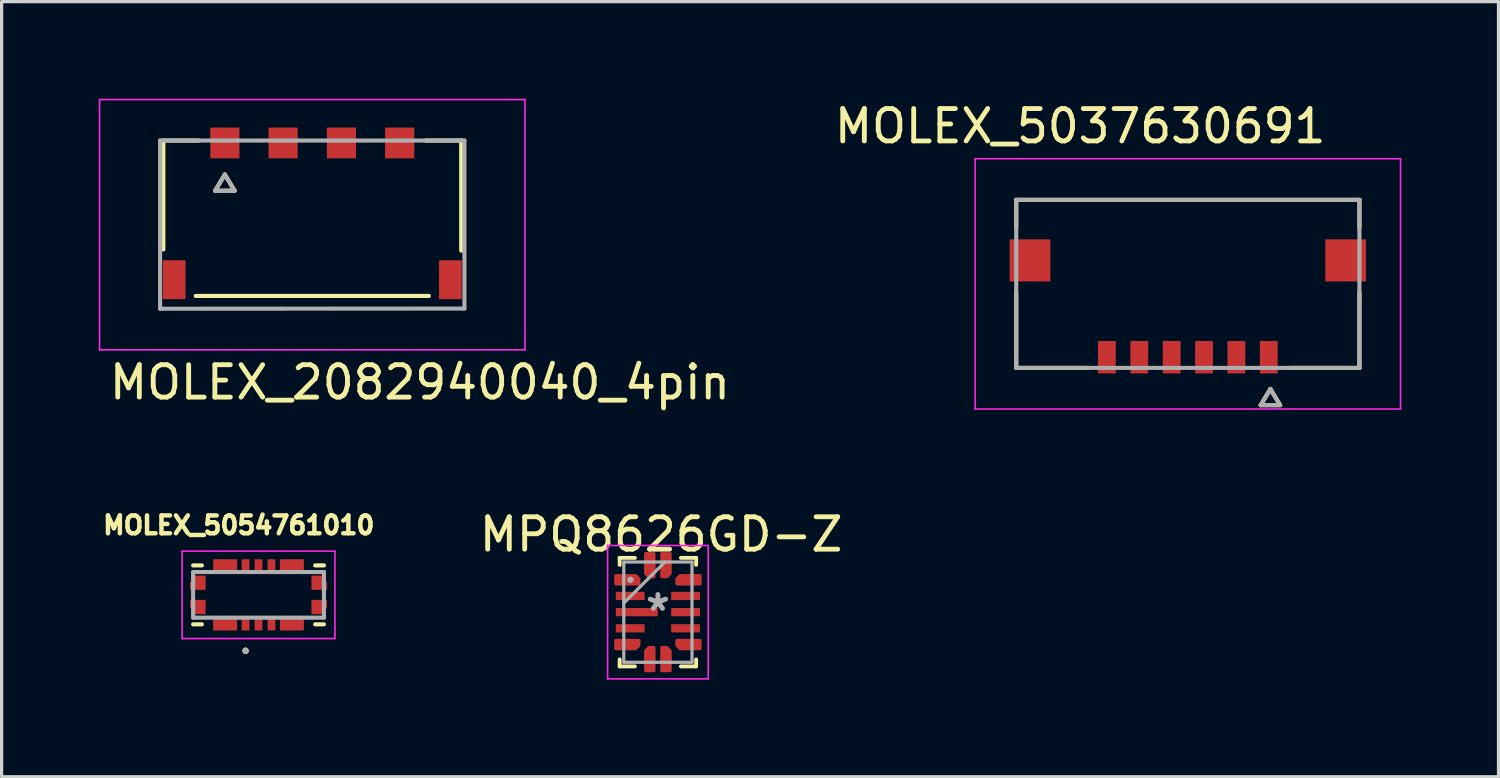
<source format=kicad_pcb>
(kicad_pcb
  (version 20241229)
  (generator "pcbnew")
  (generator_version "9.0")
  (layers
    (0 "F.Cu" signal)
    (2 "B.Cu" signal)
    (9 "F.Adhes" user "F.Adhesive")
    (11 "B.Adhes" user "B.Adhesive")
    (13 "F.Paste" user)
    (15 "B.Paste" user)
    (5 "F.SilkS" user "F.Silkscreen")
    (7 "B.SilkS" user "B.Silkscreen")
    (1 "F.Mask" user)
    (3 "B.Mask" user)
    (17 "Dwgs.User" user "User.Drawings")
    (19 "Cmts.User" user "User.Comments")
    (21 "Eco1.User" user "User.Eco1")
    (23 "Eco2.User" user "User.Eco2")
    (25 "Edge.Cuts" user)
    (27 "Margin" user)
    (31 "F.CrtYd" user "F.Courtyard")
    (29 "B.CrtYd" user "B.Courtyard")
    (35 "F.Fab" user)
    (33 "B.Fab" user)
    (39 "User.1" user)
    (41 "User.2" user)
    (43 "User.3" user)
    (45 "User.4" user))
  (footprint "MOLEX_5054761010"
    (layer "F.Cu")
    (at 4.935 15.323)
    (property "Reference" "MOLEX_5054761010" (at -0.61 -2.15 0) (layer "F.SilkS") (effects (font (size 0.551 0.551) (thickness 0.15))))
    (attr smd)
    (fp_poly (pts (xy -1.45 -1.15) (xy -0.61 -1.15) (xy -0.61 -0.69) (xy -1.45 -0.69)) (stroke (width 0.01) (type solid)) (fill yes) (layer "F.Mask"))
    (fp_poly (pts (xy -1.45 0.69) (xy -0.61 0.69) (xy -0.61 1.15) (xy -1.45 1.15)) (stroke (width 0.01) (type solid)) (fill yes) (layer "F.Mask"))
    (fp_poly (pts (xy -0.57 -1.15) (xy -0.23 -1.15) (xy -0.23 -0.69) (xy -0.57 -0.69)) (stroke (width 0.01) (type solid)) (fill yes) (layer "F.Mask"))
    (fp_poly (pts (xy -0.57 0.69) (xy -0.23 0.69) (xy -0.23 1.15) (xy -0.57 1.15)) (stroke (width 0.01) (type solid)) (fill yes) (layer "F.Mask"))
    (fp_poly (pts (xy -0.17 -1.15) (xy 0.17 -1.15) (xy 0.17 -0.69) (xy -0.17 -0.69)) (stroke (width 0.01) (type solid)) (fill yes) (layer "F.Mask"))
    (fp_poly (pts (xy -0.17 0.69) (xy 0.17 0.69) (xy 0.17 1.15) (xy -0.17 1.15)) (stroke (width 0.01) (type solid)) (fill yes) (layer "F.Mask"))
    (fp_poly (pts (xy 0.23 -1.15) (xy 0.57 -1.15) (xy 0.57 -0.69) (xy 0.23 -0.69)) (stroke (width 0.01) (type solid)) (fill yes) (layer "F.Mask"))
    (fp_poly (pts (xy 0.23 0.69) (xy 0.57 0.69) (xy 0.57 1.15) (xy 0.23 1.15)) (stroke (width 0.01) (type solid)) (fill yes) (layer "F.Mask"))
    (fp_poly (pts (xy 0.61 -1.15) (xy 1.45 -1.15) (xy 1.45 -0.69) (xy 0.61 -0.69)) (stroke (width 0.01) (type solid)) (fill yes) (layer "F.Mask"))
    (fp_poly (pts (xy 0.61 0.69) (xy 1.45 0.69) (xy 1.45 1.15) (xy 0.61 1.15)) (stroke (width 0.01) (type solid)) (fill yes) (layer "F.Mask"))
    (fp_poly (pts (xy -1.59 -0.64) (xy -1.59 -0.11) (xy -2.16 -0.11) (xy -2.16 -0.39) (xy -1.94 -0.64)) (stroke (width 0.01) (type solid)) (fill yes) (layer "F.Mask"))
    (fp_poly (pts (xy -1.59 0.64) (xy -1.59 0.11) (xy -2.16 0.11) (xy -2.16 0.39) (xy -1.94 0.64)) (stroke (width 0.01) (type solid)) (fill yes) (layer "F.Mask"))
    (fp_poly (pts (xy 1.59 -0.64) (xy 1.59 -0.11) (xy 2.16 -0.11) (xy 2.16 -0.39) (xy 1.94 -0.64)) (stroke (width 0.01) (type solid)) (fill yes) (layer "F.Mask"))
    (fp_poly (pts (xy 1.59 0.64) (xy 1.59 0.11) (xy 2.16 0.11) (xy 2.16 0.39) (xy 1.94 0.64)) (stroke (width 0.01) (type solid)) (fill yes) (layer "F.Mask"))
    (fp_line (start -2.02 -0.91) (end -1.75 -0.91) (stroke (width 0.127) (type solid)) (layer "F.SilkS"))
    (fp_line (start -2.02 0.91) (end -1.75 0.91) (stroke (width 0.127) (type solid)) (layer "F.SilkS"))
    (fp_line (start 1.75 -0.91) (end 2.02 -0.91) (stroke (width 0.127) (type solid)) (layer "F.SilkS"))
    (fp_line (start 1.75 0.91) (end 2.02 0.91) (stroke (width 0.127) (type solid)) (layer "F.SilkS"))
    (fp_circle (center -0.4 1.727) (end -0.35 1.727) (stroke (width 0.1) (type solid)) (fill no) (layer "F.SilkS"))
    (fp_poly (pts (xy -1.64 -0.59) (xy -1.64 -0.16) (xy -2.11 -0.16) (xy -2.11 -0.39) (xy -1.94 -0.59)) (stroke (width 0.01) (type solid)) (fill yes) (layer "F.Paste"))
    (fp_poly (pts (xy -1.64 0.59) (xy -1.64 0.16) (xy -2.11 0.16) (xy -2.11 0.39) (xy -1.94 0.59)) (stroke (width 0.01) (type solid)) (fill yes) (layer "F.Paste"))
    (fp_poly (pts (xy 1.64 -0.59) (xy 1.64 -0.16) (xy 2.11 -0.16) (xy 2.11 -0.39) (xy 1.94 -0.59)) (stroke (width 0.01) (type solid)) (fill yes) (layer "F.Paste"))
    (fp_poly (pts (xy 1.64 0.59) (xy 1.64 0.16) (xy 2.11 0.16) (xy 2.11 0.39) (xy 1.94 0.59)) (stroke (width 0.01) (type solid)) (fill yes) (layer "F.Paste"))
    (fp_line (start -2.36 -1.35) (end -2.36 1.35) (stroke (width 0.05) (type solid)) (layer "F.CrtYd"))
    (fp_line (start -2.36 1.35) (end 2.36 1.35) (stroke (width 0.05) (type solid)) (layer "F.CrtYd"))
    (fp_line (start 2.36 -1.35) (end -2.36 -1.35) (stroke (width 0.05) (type solid)) (layer "F.CrtYd"))
    (fp_line (start 2.36 1.35) (end 2.36 -1.35) (stroke (width 0.05) (type solid)) (layer "F.CrtYd"))
    (fp_line (start -2.02 -0.705) (end -2.02 0.705) (stroke (width 0.127) (type solid)) (layer "F.Fab"))
    (fp_line (start -2.02 0.705) (end 2.02 0.705) (stroke (width 0.127) (type solid)) (layer "F.Fab"))
    (fp_line (start 2.02 -0.705) (end -2.02 -0.705) (stroke (width 0.127) (type solid)) (layer "F.Fab"))
    (fp_line (start 2.02 0.705) (end 2.02 -0.705) (stroke (width 0.127) (type solid)) (layer "F.Fab"))
    (fp_circle (center -0.4 1.727) (end -0.35 1.727) (stroke (width 0.1) (type solid)) (fill no) (layer "F.Fab"))
    (pad "1" smd rect (at -0.4 0.92) (size 0.24 0.36) (layers "F.Cu" "F.Paste"))
    (pad "2" smd rect (at -0.4 -0.92) (size 0.24 0.36) (layers "F.Cu" "F.Paste"))
    (pad "3" smd rect (at 0 0.92) (size 0.24 0.36) (layers "F.Cu" "F.Paste"))
    (pad "4" smd rect (at 0 -0.92) (size 0.24 0.36) (layers "F.Cu" "F.Paste"))
    (pad "5" smd rect (at 0.4 0.92) (size 0.24 0.36) (layers "F.Cu" "F.Paste"))
    (pad "6" smd rect (at 0.4 -0.92) (size 0.24 0.36) (layers "F.Cu" "F.Paste"))
    (pad "P1" smd rect (at -1.03 0.92) (size 0.74 0.36) (layers "F.Cu" "F.Paste"))
    (pad "P2" smd rect (at -1.03 -0.92) (size 0.74 0.36) (layers "F.Cu" "F.Paste"))
    (pad "P3" smd rect (at 1.03 0.92) (size 0.74 0.36) (layers "F.Cu" "F.Paste"))
    (pad "P4" smd rect (at 1.03 -0.92) (size 0.74 0.36) (layers "F.Cu" "F.Paste"))
    (pad "S1" smd custom (at -1.875 0.375) (size 0.2 0.2) (layers "F.Cu") (options (anchor rect)) (primitives (gr_poly (pts (xy 0.235 0.215) (xy 0.235 -0.215) (xy -0.235 -0.215) (xy -0.235 0.015) (xy -0.065 0.215)) (width 0.01) (fill yes))))
    (pad "S2" smd custom (at -1.875 -0.375) (size 0.2 0.2) (layers "F.Cu") (options (anchor rect)) (primitives (gr_poly (pts (xy 0.235 -0.215) (xy 0.235 0.215) (xy -0.235 0.215) (xy -0.235 -0.015) (xy -0.065 -0.215)) (width 0.01) (fill yes))))
    (pad "S3" smd custom (at 1.875 0.375) (size 0.2 0.2) (layers "F.Cu") (options (anchor rect)) (primitives (gr_poly (pts (xy -0.235 0.215) (xy -0.235 -0.215) (xy 0.235 -0.215) (xy 0.235 0.015) (xy 0.065 0.215)) (width 0.01) (fill yes))))
    (pad "S4" smd custom (at 1.875 -0.375) (size 0.2 0.2) (layers "F.Cu") (options (anchor rect)) (primitives (gr_poly (pts (xy -0.235 -0.215) (xy -0.235 0.215) (xy 0.235 0.215) (xy 0.235 -0.015) (xy 0.065 -0.215)) (width 0.01) (fill yes))))
    (zone (net_name "") (layer "F.Cu") (hatch full 0.508) (connect_pads) (min_thickness 0.01) (filled_areas_thickness no) (keepout (tracks not_allowed) (vias not_allowed) (pads not_allowed) (copperpour not_allowed) (footprints allowed)) (placement (enabled no)) (fill) (polygon (pts (xy 3.495 14.583) (xy 6.375 14.583) (xy 6.375 15.023) (xy 3.495 15.023))))
    (zone (net_name "") (layer "F.Cu") (hatch full 0.508) (connect_pads) (min_thickness 0.01) (filled_areas_thickness no) (keepout (tracks not_allowed) (vias not_allowed) (pads not_allowed) (copperpour not_allowed) (footprints allowed)) (placement (enabled no)) (fill) (polygon (pts (xy 3.495 15.623) (xy 6.375 15.623) (xy 6.375 16.063) (xy 3.495 16.063))))
    (zone (net_name "") (layers "F.Cu" "B.Cu") (hatch full 0.508) (connect_pads) (min_thickness 0.01) (filled_areas_thickness no) (keepout (tracks allowed) (vias not_allowed) (pads allowed) (copperpour allowed) (footprints allowed)) (placement (enabled no)) (fill) (polygon (pts (xy 3.495 14.583) (xy 6.375 14.583) (xy 6.375 15.023) (xy 3.495 15.023))))
    (zone (net_name "") (layers "F.Cu" "B.Cu") (hatch full 0.508) (connect_pads) (min_thickness 0.01) (filled_areas_thickness no) (keepout (tracks allowed) (vias not_allowed) (pads allowed) (copperpour allowed) (footprints allowed)) (placement (enabled no)) (fill) (polygon (pts (xy 3.495 15.623) (xy 6.375 15.623) (xy 6.375 16.063) (xy 3.495 16.063)))))
  (footprint "MOLEX_5037630691"
    (layer "F.Cu")
    (at 33.638 5.718)
    (property "Reference" "MOLEX_5037630691" (at -3.325 -4.87 0) (layer "F.SilkS") (effects (font (size 1 1) (thickness 0.15))))
    (attr smd)
    (fp_poly (pts (xy -5.581 -1.451) (xy -4.169 -1.451) (xy -4.169 0.001) (xy -5.581 0.001)) (stroke (width 0.01) (type solid)) (fill yes) (layer "F.Mask"))
    (fp_poly (pts (xy -2.851 1.689) (xy -2.149 1.689) (xy -2.149 2.841) (xy -2.851 2.841)) (stroke (width 0.01) (type solid)) (fill yes) (layer "F.Mask"))
    (fp_poly (pts (xy -1.851 1.689) (xy -1.149 1.689) (xy -1.149 2.841) (xy -1.851 2.841)) (stroke (width 0.01) (type solid)) (fill yes) (layer "F.Mask"))
    (fp_poly (pts (xy -0.851 1.689) (xy -0.149 1.689) (xy -0.149 2.841) (xy -0.851 2.841)) (stroke (width 0.01) (type solid)) (fill yes) (layer "F.Mask"))
    (fp_poly (pts (xy 0.149 1.689) (xy 0.851 1.689) (xy 0.851 2.841) (xy 0.149 2.841)) (stroke (width 0.01) (type solid)) (fill yes) (layer "F.Mask"))
    (fp_poly (pts (xy 1.149 1.689) (xy 1.851 1.689) (xy 1.851 2.841) (xy 1.149 2.841)) (stroke (width 0.01) (type solid)) (fill yes) (layer "F.Mask"))
    (fp_poly (pts (xy 2.149 1.689) (xy 2.851 1.689) (xy 2.851 2.841) (xy 2.149 2.841)) (stroke (width 0.01) (type solid)) (fill yes) (layer "F.Mask"))
    (fp_poly (pts (xy 4.169 -1.451) (xy 5.581 -1.451) (xy 5.581 0.001) (xy 4.169 0.001)) (stroke (width 0.01) (type solid)) (fill yes) (layer "F.Mask"))
    (fp_line (start -5.3 -2.595) (end -5.3 -1.735) (stroke (width 0.127) (type solid)) (layer "F.SilkS"))
    (fp_line (start -5.3 2.595) (end -5.3 0.265) (stroke (width 0.127) (type solid)) (layer "F.SilkS"))
    (fp_line (start -3.15 2.595) (end -5.3 2.595) (stroke (width 0.127) (type solid)) (layer "F.SilkS"))
    (fp_line (start 2.25 3.745) (end 2.55 3.245) (stroke (width 0.127) (type solid)) (layer "F.SilkS"))
    (fp_line (start 2.55 3.245) (end 2.85 3.745) (stroke (width 0.127) (type solid)) (layer "F.SilkS"))
    (fp_line (start 2.85 3.745) (end 2.25 3.745) (stroke (width 0.127) (type solid)) (layer "F.SilkS"))
    (fp_line (start 5.3 -2.595) (end -5.3 -2.595) (stroke (width 0.127) (type solid)) (layer "F.SilkS"))
    (fp_line (start 5.3 -2.595) (end 5.3 -1.735) (stroke (width 0.127) (type solid)) (layer "F.SilkS"))
    (fp_line (start 5.3 0.265) (end 5.3 2.595) (stroke (width 0.127) (type solid)) (layer "F.SilkS"))
    (fp_line (start 5.3 2.595) (end 3.15 2.595) (stroke (width 0.127) (type solid)) (layer "F.SilkS"))
    (fp_line (start -6.57 -3.865) (end 6.57 -3.865) (stroke (width 0.05) (type solid)) (layer "F.CrtYd"))
    (fp_line (start -6.57 3.865) (end -6.57 -3.865) (stroke (width 0.05) (type solid)) (layer "F.CrtYd"))
    (fp_line (start -6.57 3.865) (end 6.57 3.865) (stroke (width 0.05) (type solid)) (layer "F.CrtYd"))
    (fp_line (start 6.57 -3.865) (end 6.57 3.865) (stroke (width 0.05) (type solid)) (layer "F.CrtYd"))
    (fp_line (start -5.3 -2.595) (end 5.3 -2.595) (stroke (width 0.127) (type solid)) (layer "F.Fab"))
    (fp_line (start -5.3 2.595) (end -5.3 -2.595) (stroke (width 0.127) (type solid)) (layer "F.Fab"))
    (fp_line (start 2.25 3.745) (end 2.55 3.245) (stroke (width 0.127) (type solid)) (layer "F.Fab"))
    (fp_line (start 2.55 3.245) (end 2.85 3.745) (stroke (width 0.127) (type solid)) (layer "F.Fab"))
    (fp_line (start 2.85 3.745) (end 2.25 3.745) (stroke (width 0.127) (type solid)) (layer "F.Fab"))
    (fp_line (start 5.3 -2.595) (end 5.3 2.595) (stroke (width 0.127) (type solid)) (layer "F.Fab"))
    (fp_line (start 5.3 2.595) (end -5.3 2.595) (stroke (width 0.127) (type solid)) (layer "F.Fab"))
    (pad "1" smd rect (at 2.5 2.265) (size 0.55 1) (layers "F.Cu" "F.Paste"))
    (pad "2" smd rect (at 1.5 2.265) (size 0.55 1) (layers "F.Cu" "F.Paste"))
    (pad "3" smd rect (at 0.5 2.265) (size 0.55 1) (layers "F.Cu" "F.Paste"))
    (pad "4" smd rect (at -0.5 2.265) (size 0.55 1) (layers "F.Cu" "F.Paste"))
    (pad "5" smd rect (at -1.5 2.265) (size 0.55 1) (layers "F.Cu" "F.Paste"))
    (pad "6" smd rect (at -2.5 2.265) (size 0.55 1) (layers "F.Cu" "F.Paste"))
    (pad "S1" smd rect (at 4.875 -0.725) (size 1.26 1.3) (layers "F.Cu" "F.Paste"))
    (pad "S2" smd rect (at -4.875 -0.725) (size 1.26 1.3) (layers "F.Cu" "F.Paste"))
    (zone (net_name "") (layer "F.Cu") (hatch full 0.508) (connect_pads) (min_thickness 0.01) (filled_areas_thickness no) (keepout (tracks not_allowed) (vias not_allowed) (pads not_allowed) (copperpour not_allowed) (footprints allowed)) (placement (enabled no)) (fill) (polygon (pts (xy 29.033 4.338) (xy 29.033 3.173) (xy 29.903 3.173) (xy 29.903 4.423) (xy 29.398 4.423) (xy 29.398 4.338))))
    (zone (net_name "") (layer "F.Cu") (hatch full 0.508) (connect_pads) (min_thickness 0.01) (filled_areas_thickness no) (keepout (tracks not_allowed) (vias not_allowed) (pads not_allowed) (copperpour not_allowed) (footprints allowed)) (placement (enabled no)) (fill) (polygon (pts (xy 38.243 3.173) (xy 38.243 4.338) (xy 37.878 4.338) (xy 37.878 4.423) (xy 37.373 4.423) (xy 37.373 3.173))))
    (zone (net_name "") (layers "F.Cu" "B.Cu") (hatch full 0.508) (connect_pads) (min_thickness 0.01) (filled_areas_thickness no) (keepout (tracks allowed) (vias not_allowed) (pads allowed) (copperpour allowed) (footprints allowed)) (placement (enabled no)) (fill) (polygon (pts (xy 29.033 4.338) (xy 29.033 3.173) (xy 29.903 3.173) (xy 29.903 4.423) (xy 29.398 4.423) (xy 29.398 4.338))))
    (zone (net_name "") (layers "F.Cu" "B.Cu") (hatch full 0.508) (connect_pads) (min_thickness 0.01) (filled_areas_thickness no) (keepout (tracks allowed) (vias not_allowed) (pads allowed) (copperpour allowed) (footprints allowed)) (placement (enabled no)) (fill) (polygon (pts (xy 38.243 3.173) (xy 38.243 4.338) (xy 37.878 4.338) (xy 37.878 4.423) (xy 37.373 4.423) (xy 37.373 3.173)))))
  (footprint "MOLEX_2082940040_4pin"
    (layer "F.Cu")
    (at 6.595 5.59)
    (property "Reference" "MOLEX_2082940040_4pin" (at 3.325 3.17 180) (layer "F.SilkS") (effects (font (size 1 1) (thickness 0.15))))
    (attr smd)
    (fp_line (start -4.6 -4.3) (end -3.5 -4.3) (stroke (width 0.127) (type solid)) (layer "F.SilkS"))
    (fp_line (start -4.6 -0.935) (end -4.6 -4.3) (stroke (width 0.127) (type solid)) (layer "F.SilkS"))
    (fp_line (start -3.6 0.5) (end 3.6 0.5) (stroke (width 0.127) (type solid)) (layer "F.SilkS"))
    (fp_line (start -3 -2.75) (end -2.7 -3.25) (stroke (width 0.127) (type solid)) (layer "F.SilkS"))
    (fp_line (start -2.7 -3.25) (end -2.4 -2.75) (stroke (width 0.127) (type solid)) (layer "F.SilkS"))
    (fp_line (start -2.4 -2.75) (end -3 -2.75) (stroke (width 0.127) (type solid)) (layer "F.SilkS"))
    (fp_line (start 3.5 -4.3) (end 4.6 -4.3) (stroke (width 0.127) (type solid)) (layer "F.SilkS"))
    (fp_line (start 4.6 -4.3) (end 4.6 -0.9) (stroke (width 0.127) (type solid)) (layer "F.SilkS"))
    (fp_line (start -6.57 2.165) (end -6.57 -5.565) (stroke (width 0.05) (type solid)) (layer "F.CrtYd"))
    (fp_line (start 6.57 -5.565) (end -6.57 -5.565) (stroke (width 0.05) (type solid)) (layer "F.CrtYd"))
    (fp_line (start 6.57 -5.565) (end 6.57 2.165) (stroke (width 0.05) (type solid)) (layer "F.CrtYd"))
    (fp_line (start 6.57 2.165) (end -6.57 2.165) (stroke (width 0.05) (type solid)) (layer "F.CrtYd"))
    (fp_line (start -4.7 -4.3) (end 4.7 -4.3) (stroke (width 0.127) (type solid)) (layer "F.Fab"))
    (fp_line (start -4.7 0.895) (end -4.7 -4.3) (stroke (width 0.127) (type solid)) (layer "F.Fab"))
    (fp_line (start -3 -2.75) (end -2.7 -3.25) (stroke (width 0.127) (type solid)) (layer "F.Fab"))
    (fp_line (start -2.7 -3.25) (end -2.4 -2.75) (stroke (width 0.127) (type solid)) (layer "F.Fab"))
    (fp_line (start -2.4 -2.75) (end -3 -2.75) (stroke (width 0.127) (type solid)) (layer "F.Fab"))
    (fp_line (start 4.7 -4.3) (end 4.7 0.89) (stroke (width 0.127) (type solid)) (layer "F.Fab"))
    (fp_line (start 4.7 0.89) (end -4.7 0.895) (stroke (width 0.127) (type solid)) (layer "F.Fab"))
    (pad "1" smd rect (at -2.7 -4.225 180) (size 0.9 0.95) (layers "F.Cu" "F.Mask" "F.Paste"))
    (pad "2" smd rect (at -0.9 -4.225 180) (size 0.9 0.95) (layers "F.Cu" "F.Mask" "F.Paste"))
    (pad "3" smd rect (at 0.9 -4.225 180) (size 0.9 0.95) (layers "F.Cu" "F.Mask" "F.Paste"))
    (pad "4" smd rect (at 2.7 -4.225 180) (size 0.9 0.95) (layers "F.Cu" "F.Mask" "F.Paste"))
    (pad "MP" smd rect (at -4.265 0 180) (size 0.7 1.2) (layers "F.Cu" "F.Mask" "F.Paste"))
    (pad "MP" smd rect (at 4.265 0 180) (size 0.7 1.2) (layers "F.Cu" "F.Mask" "F.Paste")))
  (footprint "MPQ8626GD-Z"
    (layer "F.Cu")
    (at 17.27 15.857)
    (property "Reference" "MPQ8626GD-Z" (at 0.1 -2.4 0) (layer "F.SilkS") (effects (font (size 1 1) (thickness 0.15))))
    (attr smd)
    (fp_line (start -1.181 -1.676) (end -1.181 -1.46) (stroke (width 0.12) (type solid)) (layer "F.SilkS"))
    (fp_line (start -1.181 1.46) (end -1.181 1.676) (stroke (width 0.12) (type solid)) (layer "F.SilkS"))
    (fp_line (start -1.181 1.676) (end -0.71 1.676) (stroke (width 0.12) (type solid)) (layer "F.SilkS"))
    (fp_line (start -0.71 -1.676) (end -1.181 -1.676) (stroke (width 0.12) (type solid)) (layer "F.SilkS"))
    (fp_line (start 0.71 1.676) (end 1.181 1.676) (stroke (width 0.12) (type solid)) (layer "F.SilkS"))
    (fp_line (start 1.181 -1.676) (end 0.71 -1.676) (stroke (width 0.12) (type solid)) (layer "F.SilkS"))
    (fp_line (start 1.181 -1.46) (end 1.181 -1.676) (stroke (width 0.12) (type solid)) (layer "F.SilkS"))
    (fp_line (start 1.181 1.676) (end 1.181 1.46) (stroke (width 0.12) (type solid)) (layer "F.SilkS"))
    (fp_line (start -1.554 -2.06) (end -1.554 2.06) (stroke (width 0.05) (type solid)) (layer "F.CrtYd"))
    (fp_line (start -1.554 2.06) (end 1.554 2.06) (stroke (width 0.05) (type solid)) (layer "F.CrtYd"))
    (fp_line (start 1.554 -2.06) (end -1.554 -2.06) (stroke (width 0.05) (type solid)) (layer "F.CrtYd"))
    (fp_line (start 1.554 2.06) (end 1.554 -2.06) (stroke (width 0.05) (type solid)) (layer "F.CrtYd"))
    (fp_line (start -1.054 -1.549) (end -1.054 1.549) (stroke (width 0.1) (type solid)) (layer "F.Fab"))
    (fp_line (start -1.054 -0.279) (end 0.216 -1.549) (stroke (width 0.1) (type solid)) (layer "F.Fab"))
    (fp_line (start -1.054 1.549) (end 1.054 1.549) (stroke (width 0.1) (type solid)) (layer "F.Fab"))
    (fp_line (start 1.054 -1.549) (end -1.054 -1.549) (stroke (width 0.1) (type solid)) (layer "F.Fab"))
    (fp_line (start 1.054 1.549) (end 1.054 -1.549) (stroke (width 0.1) (type solid)) (layer "F.Fab"))
    (fp_circle (center -0.848 -1) (end -0.848 -1) (stroke (width 0.1) (type solid)) (fill no) (layer "F.Fab"))
    (fp_text user "*" (at 0 0 0) (layer "F.Fab") (effects (font (size 1 1) (thickness 0.15))))
    (pad "1" smd custom (at -0.944 -1) (size 0.127 0.127) (layers "F.Cu" "F.Mask" "F.Paste") (options (anchor rect)) (primitives (gr_poly (pts (xy -0.356 -0.127) (xy 0.256 -0.127) (xy 0.356 -0.027) (xy 0.356 0.127) (xy -0.356 0.127)) (width 0.1) (fill yes))))
    (pad "2" smd rect (at -0.855 -0.5) (size 0.889 0.254) (layers "F.Cu" "F.Mask" "F.Paste"))
    (pad "3" smd rect (at -0.652 0) (size 1.295 0.254) (layers "F.Cu" "F.Mask" "F.Paste"))
    (pad "4" smd rect (at -0.855 0.5) (size 0.889 0.254) (layers "F.Cu" "F.Mask" "F.Paste"))
    (pad "5" smd custom (at -0.944 1) (size 0.127 0.127) (layers "F.Cu" "F.Mask" "F.Paste") (options (anchor rect)) (primitives (gr_poly (pts (xy -0.356 0.127) (xy 0.256 0.127) (xy 0.356 0.027) (xy 0.356 -0.127) (xy -0.356 -0.127)) (width 0.1) (fill yes))))
    (pad "6" smd custom (at -0.25 1.45 90) (size 0.127 0.127) (layers "F.Cu" "F.Mask" "F.Paste") (options (anchor rect)) (primitives (gr_poly (pts (xy -0.356 -0.127) (xy 0.256 -0.127) (xy 0.356 -0.027) (xy 0.356 0.127) (xy -0.356 0.127)) (width 0.1) (fill yes))))
    (pad "7" smd custom (at 0.25 1.45 90) (size 0.127 0.127) (layers "F.Cu" "F.Mask" "F.Paste") (options (anchor rect)) (primitives (gr_poly (pts (xy -0.356 0.127) (xy 0.256 0.127) (xy 0.356 0.027) (xy 0.356 -0.127) (xy -0.356 -0.127)) (width 0.1) (fill yes))))
    (pad "8" smd custom (at 0.944 1) (size 0.127 0.127) (layers "F.Cu" "F.Mask" "F.Paste") (options (anchor rect)) (primitives (gr_poly (pts (xy 0.356 0.127) (xy -0.256 0.127) (xy -0.356 0.027) (xy -0.356 -0.127) (xy 0.356 -0.127)) (width 0.1) (fill yes))))
    (pad "9" smd rect (at 0.855 0.5) (size 0.889 0.254) (layers "F.Cu" "F.Mask" "F.Paste"))
    (pad "10" smd rect (at 0.855 0) (size 0.889 0.254) (layers "F.Cu" "F.Mask" "F.Paste"))
    (pad "11" smd rect (at 0.855 -0.5) (size 0.889 0.254) (layers "F.Cu" "F.Mask" "F.Paste"))
    (pad "12" smd custom (at 0.944 -1) (size 0.127 0.127) (layers "F.Cu" "F.Mask" "F.Paste") (options (anchor rect)) (primitives (gr_poly (pts (xy 0.356 -0.127) (xy -0.256 -0.127) (xy -0.356 -0.027) (xy -0.356 0.127) (xy 0.356 0.127)) (width 0.1) (fill yes))))
    (pad "13" smd custom (at 0.25 -1.45 90) (size 0.127 0.127) (layers "F.Cu" "F.Mask" "F.Paste") (options (anchor rect)) (primitives (gr_poly (pts (xy 0.356 0.127) (xy -0.256 0.127) (xy -0.356 0.027) (xy -0.356 -0.127) (xy 0.356 -0.127)) (width 0.1) (fill yes))))
    (pad "14" smd custom (at -0.25 -1.45 90) (size 0.127 0.127) (layers "F.Cu" "F.Mask" "F.Paste") (options (anchor rect)) (primitives (gr_poly (pts (xy 0.356 -0.127) (xy -0.256 -0.127) (xy -0.356 -0.027) (xy -0.356 0.127) (xy 0.356 0.127)) (width 0.1) (fill yes)))))
  (gr_rect
    (start -3 -3)
    (end 43.233 20.941)
    (stroke (width 0.1) (type default))
    (fill no)
    (layer "Edge.Cuts")))
</source>
